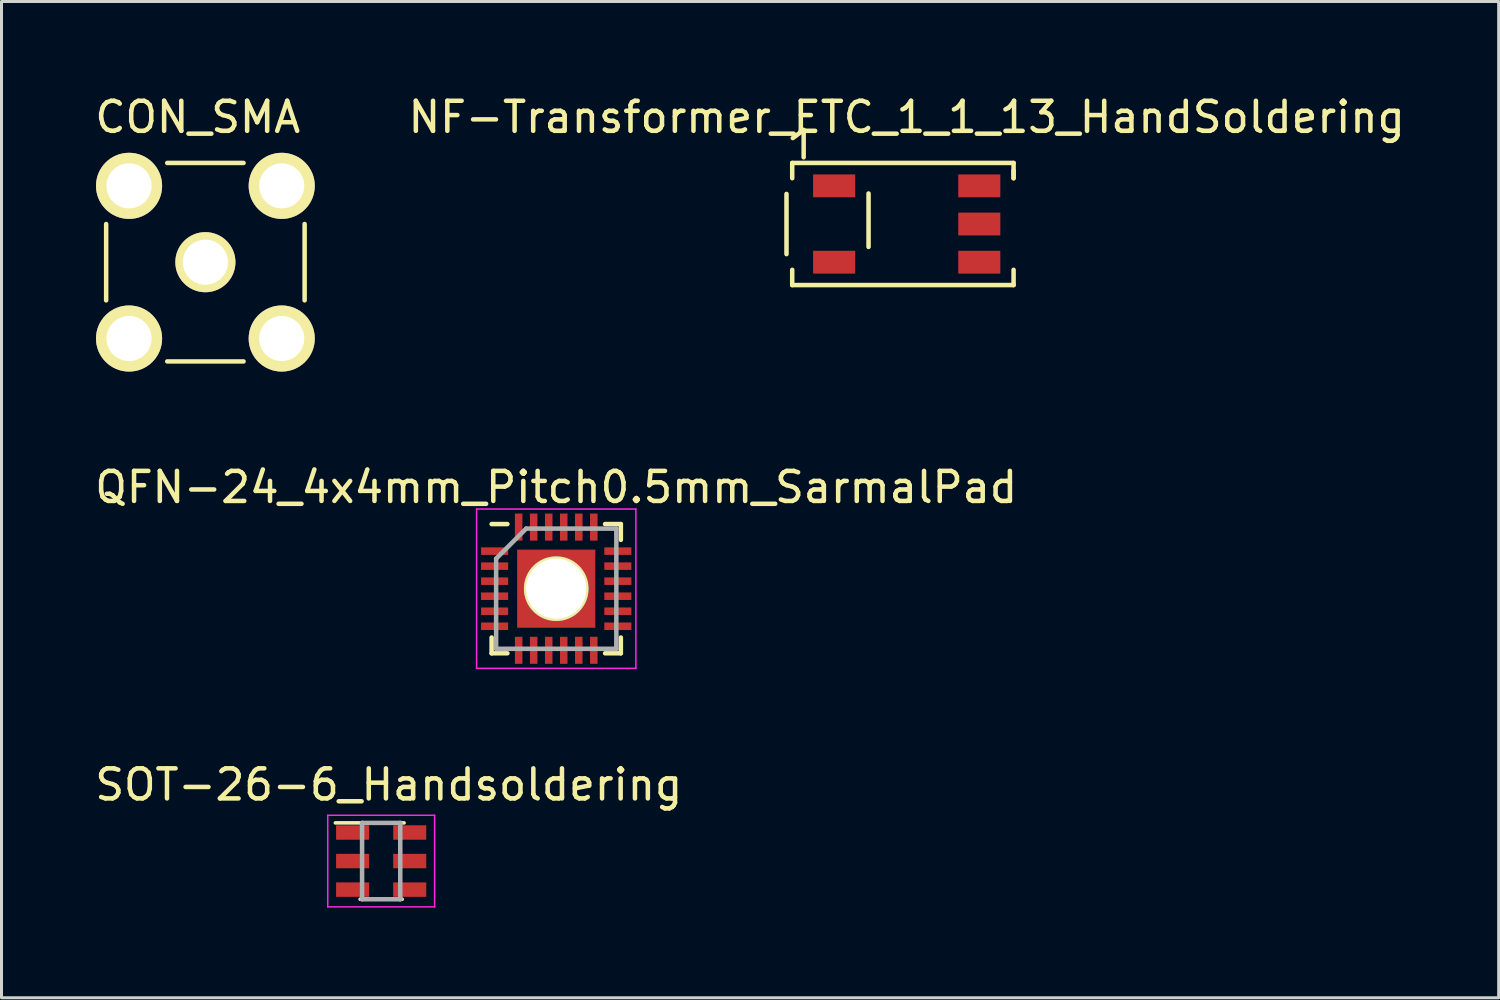
<source format=kicad_pcb>
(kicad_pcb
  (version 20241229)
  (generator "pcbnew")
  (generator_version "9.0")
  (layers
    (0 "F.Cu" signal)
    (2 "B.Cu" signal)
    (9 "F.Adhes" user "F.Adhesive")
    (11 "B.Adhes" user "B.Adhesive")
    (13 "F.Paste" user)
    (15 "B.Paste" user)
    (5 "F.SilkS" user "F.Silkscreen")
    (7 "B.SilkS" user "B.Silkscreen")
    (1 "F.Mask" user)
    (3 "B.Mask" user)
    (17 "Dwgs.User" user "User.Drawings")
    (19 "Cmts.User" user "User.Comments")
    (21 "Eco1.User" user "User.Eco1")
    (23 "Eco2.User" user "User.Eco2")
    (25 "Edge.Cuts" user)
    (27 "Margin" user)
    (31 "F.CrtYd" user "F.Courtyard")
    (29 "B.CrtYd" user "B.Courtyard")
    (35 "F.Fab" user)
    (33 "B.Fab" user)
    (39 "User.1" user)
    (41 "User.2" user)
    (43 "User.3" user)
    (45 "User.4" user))
  (footprint "SOT-26-6_Handsoldering"
    (layer "F.Cu")
    (at 9.633 25.601)
    (property "Reference" "SOT-26-6_Handsoldering" (at 0.254 -2.54 0) (layer "F.SilkS") (effects (font (size 1 1) (thickness 0.15))))
    (attr through_hole)
    (fp_line (start -1.524 -1.27) (end 0.762 -1.27) (stroke (width 0.12) (type solid)) (layer "F.SilkS"))
    (fp_line (start -0.7 1.27) (end 0.7 1.27) (stroke (width 0.12) (type solid)) (layer "F.SilkS"))
    (fp_line (start -1.778 -1.524) (end -1.778 1.524) (stroke (width 0.05) (type solid)) (layer "F.CrtYd"))
    (fp_line (start -1.778 1.524) (end 1.778 1.524) (stroke (width 0.05) (type solid)) (layer "F.CrtYd"))
    (fp_line (start 1.778 -1.524) (end -1.778 -1.524) (stroke (width 0.05) (type solid)) (layer "F.CrtYd"))
    (fp_line (start 1.778 1.524) (end 1.778 -1.524) (stroke (width 0.05) (type solid)) (layer "F.CrtYd"))
    (fp_line (start -0.635 -1.27) (end -0.635 1.27) (stroke (width 0.15) (type solid)) (layer "F.Fab"))
    (fp_line (start -0.635 1.27) (end 0.635 1.27) (stroke (width 0.15) (type solid)) (layer "F.Fab"))
    (fp_line (start 0.635 -1.27) (end -0.635 -1.27) (stroke (width 0.15) (type solid)) (layer "F.Fab"))
    (fp_line (start 0.635 1.27) (end 0.635 -1.27) (stroke (width 0.15) (type solid)) (layer "F.Fab"))
    (pad "1" smd rect (at -0.95 -0.95 270) (size 0.48 1.1) (layers "F.Cu" "F.Mask" "F.Paste"))
    (pad "2" smd rect (at -0.95 0 270) (size 0.48 1.1) (layers "F.Cu" "F.Mask" "F.Paste"))
    (pad "3" smd rect (at -0.95 0.95 270) (size 0.48 1.1) (layers "F.Cu" "F.Mask" "F.Paste"))
    (pad "4" smd rect (at 0.95 0.95 270) (size 0.48 1.1) (layers "F.Cu" "F.Mask" "F.Paste"))
    (pad "5" smd rect (at 0.95 0 270) (size 0.48 1.1) (layers "F.Cu" "F.Mask" "F.Paste"))
    (pad "6" smd rect (at 0.95 -0.95 270) (size 0.48 1.1) (layers "F.Cu" "F.Mask" "F.Paste")))
  (footprint "NF-Transformer_ETC_1_1_13_HandSoldering"
    (layer "F.Cu")
    (at 27.12 4.404)
    (property "Reference" "NF-Transformer_ETC_1_1_13_HandSoldering" (at 0 -3.556 0) (layer "F.SilkS") (effects (font (size 1 1) (thickness 0.15))))
    (attr smd)
    (fp_line (start -4 -1.001) (end -4 1.001) (stroke (width 0.15) (type solid)) (layer "F.SilkS"))
    (fp_line (start -3.81 -2.032) (end -3.81 -1.524) (stroke (width 0.15) (type solid)) (layer "F.SilkS"))
    (fp_line (start -3.81 -2.032) (end 3.556 -2.032) (stroke (width 0.15) (type solid)) (layer "F.SilkS"))
    (fp_line (start -3.81 1.524) (end -3.81 2.032) (stroke (width 0.15) (type solid)) (layer "F.SilkS"))
    (fp_line (start -3.81 2.032) (end 3.556 2.032) (stroke (width 0.15) (type solid)) (layer "F.SilkS"))
    (fp_line (start -3.79 -2.86) (end -3.429 -3.129) (stroke (width 0.15) (type solid)) (layer "F.SilkS"))
    (fp_line (start -3.429 -3.129) (end -3.429 -2.22) (stroke (width 0.15) (type solid)) (layer "F.SilkS"))
    (fp_line (start -1.27 -1.016) (end -1.27 0.762) (stroke (width 0.15) (type solid)) (layer "F.SilkS"))
    (fp_line (start 3.556 -2.032) (end 3.556 -1.524) (stroke (width 0.15) (type solid)) (layer "F.SilkS"))
    (fp_line (start 3.556 -1.524) (end 3.556 -1.778) (stroke (width 0.15) (type solid)) (layer "F.SilkS"))
    (fp_line (start 3.556 2.032) (end 3.556 1.524) (stroke (width 0.15) (type solid)) (layer "F.SilkS"))
    (pad "1" smd rect (at -2.415 -1.27) (size 1.4 0.76) (layers "F.Cu" "F.Mask" "F.Paste"))
    (pad "2" smd rect (at -2.415 1.27) (size 1.4 0.76) (layers "F.Cu" "F.Mask" "F.Paste"))
    (pad "3" smd rect (at 2.415 1.27) (size 1.4 0.76) (layers "F.Cu" "F.Mask" "F.Paste"))
    (pad "4" smd rect (at 2.415 0) (size 1.4 0.76) (layers "F.Cu" "F.Mask" "F.Paste"))
    (pad "5" smd rect (at 2.415 -1.27) (size 1.4 0.76) (layers "F.Cu" "F.Mask" "F.Paste")))
  (footprint "QFN-24_4x4mm_Pitch0.5mm_SarmalPad"
    (layer "F.Cu")
    (at 15.458 16.538)
    (property "Reference" "QFN-24_4x4mm_Pitch0.5mm_SarmalPad" (at 0 -3.375 0) (layer "F.SilkS") (effects (font (size 1 1) (thickness 0.15))))
    (attr smd)
    (fp_line (start -2.15 -2.15) (end -1.625 -2.15) (stroke (width 0.15) (type solid)) (layer "F.SilkS"))
    (fp_line (start -2.15 2.15) (end -2.15 1.625) (stroke (width 0.15) (type solid)) (layer "F.SilkS"))
    (fp_line (start -2.15 2.15) (end -1.625 2.15) (stroke (width 0.15) (type solid)) (layer "F.SilkS"))
    (fp_line (start 2.15 -2.15) (end 1.625 -2.15) (stroke (width 0.15) (type solid)) (layer "F.SilkS"))
    (fp_line (start 2.15 -2.15) (end 2.15 -1.625) (stroke (width 0.15) (type solid)) (layer "F.SilkS"))
    (fp_line (start 2.15 2.15) (end 1.625 2.15) (stroke (width 0.15) (type solid)) (layer "F.SilkS"))
    (fp_line (start 2.15 2.15) (end 2.15 1.625) (stroke (width 0.15) (type solid)) (layer "F.SilkS"))
    (fp_line (start -2.65 -2.65) (end -2.65 2.65) (stroke (width 0.05) (type solid)) (layer "F.CrtYd"))
    (fp_line (start -2.65 -2.65) (end 2.65 -2.65) (stroke (width 0.05) (type solid)) (layer "F.CrtYd"))
    (fp_line (start -2.65 2.65) (end 2.65 2.65) (stroke (width 0.05) (type solid)) (layer "F.CrtYd"))
    (fp_line (start 2.65 -2.65) (end 2.65 2.65) (stroke (width 0.05) (type solid)) (layer "F.CrtYd"))
    (fp_line (start -2 -1) (end -1 -2) (stroke (width 0.15) (type solid)) (layer "F.Fab"))
    (fp_line (start -2 2) (end -2 -1) (stroke (width 0.15) (type solid)) (layer "F.Fab"))
    (fp_line (start -1 -2) (end 2 -2) (stroke (width 0.15) (type solid)) (layer "F.Fab"))
    (fp_line (start 2 -2) (end 2 2) (stroke (width 0.15) (type solid)) (layer "F.Fab"))
    (fp_line (start 2 2) (end -2 2) (stroke (width 0.15) (type solid)) (layer "F.Fab"))
    (pad "1" smd rect (at -2.05 -1.25) (size 0.9 0.25) (layers "F.Cu" "F.Mask" "F.Paste"))
    (pad "2" smd rect (at -2.05 -0.75) (size 0.9 0.25) (layers "F.Cu" "F.Mask" "F.Paste"))
    (pad "3" smd rect (at -2.05 -0.25) (size 0.9 0.25) (layers "F.Cu" "F.Mask" "F.Paste"))
    (pad "4" smd rect (at -2.05 0.25) (size 0.9 0.25) (layers "F.Cu" "F.Mask" "F.Paste"))
    (pad "5" smd rect (at -2.05 0.75) (size 0.9 0.25) (layers "F.Cu" "F.Mask" "F.Paste"))
    (pad "6" smd rect (at -2.05 1.25) (size 0.9 0.25) (layers "F.Cu" "F.Mask" "F.Paste"))
    (pad "7" smd rect (at -1.25 2.05 90) (size 0.9 0.25) (layers "F.Cu" "F.Mask" "F.Paste"))
    (pad "8" smd rect (at -0.75 2.05 90) (size 0.9 0.25) (layers "F.Cu" "F.Mask" "F.Paste"))
    (pad "9" smd rect (at -0.25 2.05 90) (size 0.9 0.25) (layers "F.Cu" "F.Mask" "F.Paste"))
    (pad "10" smd rect (at 0.25 2.05 90) (size 0.9 0.25) (layers "F.Cu" "F.Mask" "F.Paste"))
    (pad "11" smd rect (at 0.75 2.05 90) (size 0.9 0.25) (layers "F.Cu" "F.Mask" "F.Paste"))
    (pad "12" smd rect (at 1.25 2.05 90) (size 0.9 0.25) (layers "F.Cu" "F.Mask" "F.Paste"))
    (pad "13" smd rect (at 2.05 1.25) (size 0.9 0.25) (layers "F.Cu" "F.Mask" "F.Paste"))
    (pad "14" smd rect (at 2.05 0.75) (size 0.9 0.25) (layers "F.Cu" "F.Mask" "F.Paste"))
    (pad "15" smd rect (at 2.05 0.25) (size 0.9 0.25) (layers "F.Cu" "F.Mask" "F.Paste"))
    (pad "16" smd rect (at 2.05 -0.25) (size 0.9 0.25) (layers "F.Cu" "F.Mask" "F.Paste"))
    (pad "17" smd rect (at 2.05 -0.75) (size 0.9 0.25) (layers "F.Cu" "F.Mask" "F.Paste"))
    (pad "18" smd rect (at 2.05 -1.25) (size 0.9 0.25) (layers "F.Cu" "F.Mask" "F.Paste"))
    (pad "19" smd rect (at 1.25 -2.05 90) (size 0.9 0.25) (layers "F.Cu" "F.Mask" "F.Paste"))
    (pad "20" smd rect (at 0.75 -2.05 90) (size 0.9 0.25) (layers "F.Cu" "F.Mask" "F.Paste"))
    (pad "21" smd rect (at 0.25 -2.05 90) (size 0.9 0.25) (layers "F.Cu" "F.Mask" "F.Paste"))
    (pad "22" smd rect (at -0.25 -2.05 90) (size 0.9 0.25) (layers "F.Cu" "F.Mask" "F.Paste"))
    (pad "23" smd rect (at -0.75 -2.05 90) (size 0.9 0.25) (layers "F.Cu" "F.Mask" "F.Paste"))
    (pad "24" smd rect (at -1.25 -2.05 90) (size 0.9 0.25) (layers "F.Cu" "F.Mask" "F.Paste"))
    (pad "25" thru_hole circle (at 0 0) (size 2.152 2.152) (drill 2) (layers "*.Cu" "*.Mask" "F.SilkS"))
    (pad "25" smd rect (at 0 0) (size 2.6 2.6) (layers "F.Cu" "F.Mask" "F.Paste")))
  (footprint "CON_SMA"
    (layer "F.Cu")
    (at 3.784 5.674)
    (property "Reference" "CON_SMA" (at -0.254 -4.826 0) (layer "F.SilkS") (effects (font (size 1 1) (thickness 0.15))))
    (attr through_hole)
    (fp_line (start -3.302 -1.27) (end -3.302 1.27) (stroke (width 0.15) (type solid)) (layer "F.SilkS"))
    (fp_line (start -1.27 -3.302) (end 1.27 -3.302) (stroke (width 0.15) (type solid)) (layer "F.SilkS"))
    (fp_line (start -1.27 3.302) (end 1.27 3.302) (stroke (width 0.15) (type solid)) (layer "F.SilkS"))
    (fp_line (start 3.302 -1.27) (end 3.302 1.27) (stroke (width 0.15) (type solid)) (layer "F.SilkS"))
    (pad "1" thru_hole circle (at 0 0) (size 2 2) (drill 1.5) (layers "*.Cu" "*.Mask" "F.SilkS"))
    (pad "2" thru_hole circle (at -2.54 -2.54) (size 2.2 2.2) (drill 1.5) (layers "*.Cu" "*.Mask" "F.SilkS"))
    (pad "2" thru_hole circle (at -2.54 2.54) (size 2.2 2.2) (drill 1.5) (layers "*.Cu" "*.Mask" "F.SilkS"))
    (pad "2" thru_hole circle (at 2.54 -2.54) (size 2.2 2.2) (drill 1.5) (layers "*.Cu" "*.Mask" "F.SilkS"))
    (pad "2" thru_hole circle (at 2.54 2.54) (size 2.2 2.2) (drill 1.5) (layers "*.Cu" "*.Mask" "F.SilkS")))
  (gr_rect
    (start -3 -3)
    (end 46.817 30.15)
    (stroke (width 0.1) (type default))
    (fill no)
    (layer "Edge.Cuts")))
</source>
